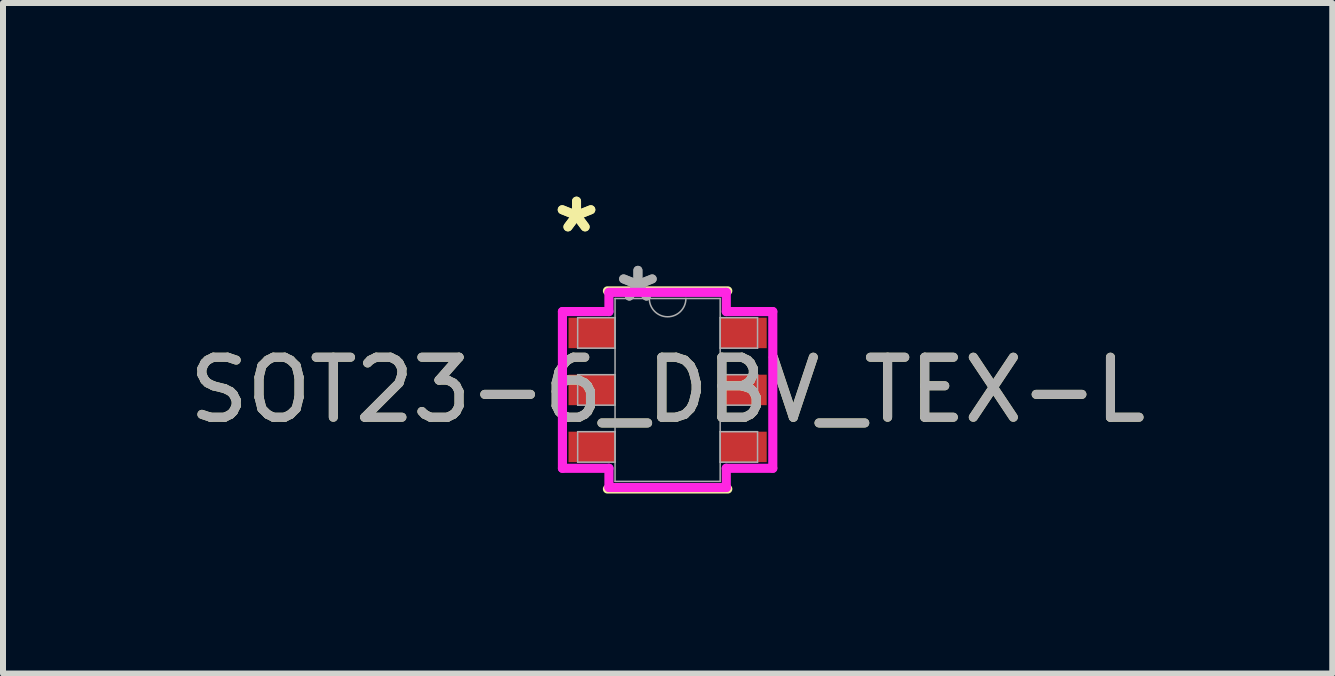
<source format=kicad_pcb>
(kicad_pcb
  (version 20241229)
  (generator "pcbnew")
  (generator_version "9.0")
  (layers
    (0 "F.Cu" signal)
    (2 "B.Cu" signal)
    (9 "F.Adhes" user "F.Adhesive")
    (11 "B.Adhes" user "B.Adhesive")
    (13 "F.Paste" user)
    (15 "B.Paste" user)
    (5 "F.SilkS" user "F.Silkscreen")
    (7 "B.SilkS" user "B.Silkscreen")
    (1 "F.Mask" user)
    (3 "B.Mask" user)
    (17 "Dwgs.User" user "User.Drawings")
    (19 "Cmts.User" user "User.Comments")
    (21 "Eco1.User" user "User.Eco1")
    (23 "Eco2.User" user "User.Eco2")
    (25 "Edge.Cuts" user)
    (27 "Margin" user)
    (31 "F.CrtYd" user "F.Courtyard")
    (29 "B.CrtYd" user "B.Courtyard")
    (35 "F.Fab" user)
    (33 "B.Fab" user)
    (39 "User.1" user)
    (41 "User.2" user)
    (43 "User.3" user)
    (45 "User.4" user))
  (footprint "SOT23-6_DBV_TEX-L"
    (layer "F.Cu")
    (at 8.077 3.449)
    (property "Reference" "SOT23-6_DBV_TEX-L" (at 0 0 0) (unlocked yes) (layer "F.SilkS") (effects (font (size 1 1) (thickness 0.15))))
    (attr smd)
    (fp_line (start -1.003 1.651) (end 1.003 1.651) (stroke (width 0.152) (type solid)) (layer "F.SilkS"))
    (fp_line (start 1.003 -1.651) (end -1.003 -1.651) (stroke (width 0.152) (type solid)) (layer "F.SilkS"))
    (fp_line (start -1.753 -1.306) (end -0.978 -1.306) (stroke (width 0.152) (type solid)) (layer "F.CrtYd"))
    (fp_line (start -1.753 1.306) (end -1.753 -1.306) (stroke (width 0.152) (type solid)) (layer "F.CrtYd"))
    (fp_line (start -1.753 1.306) (end -0.978 1.306) (stroke (width 0.152) (type solid)) (layer "F.CrtYd"))
    (fp_line (start -0.978 -1.626) (end 0.978 -1.626) (stroke (width 0.152) (type solid)) (layer "F.CrtYd"))
    (fp_line (start -0.978 -1.306) (end -0.978 -1.626) (stroke (width 0.152) (type solid)) (layer "F.CrtYd"))
    (fp_line (start -0.978 1.626) (end -0.978 1.306) (stroke (width 0.152) (type solid)) (layer "F.CrtYd"))
    (fp_line (start 0.978 -1.626) (end 0.978 -1.306) (stroke (width 0.152) (type solid)) (layer "F.CrtYd"))
    (fp_line (start 0.978 1.306) (end 0.978 1.626) (stroke (width 0.152) (type solid)) (layer "F.CrtYd"))
    (fp_line (start 0.978 1.626) (end -0.978 1.626) (stroke (width 0.152) (type solid)) (layer "F.CrtYd"))
    (fp_line (start 1.753 -1.306) (end 0.978 -1.306) (stroke (width 0.152) (type solid)) (layer "F.CrtYd"))
    (fp_line (start 1.753 -1.306) (end 1.753 1.306) (stroke (width 0.152) (type solid)) (layer "F.CrtYd"))
    (fp_line (start 1.753 1.306) (end 0.978 1.306) (stroke (width 0.152) (type solid)) (layer "F.CrtYd"))
    (fp_line (start -1.499 -1.204) (end -1.499 -0.696) (stroke (width 0.025) (type solid)) (layer "F.Fab"))
    (fp_line (start -1.499 -0.696) (end -0.876 -0.696) (stroke (width 0.025) (type solid)) (layer "F.Fab"))
    (fp_line (start -1.499 -0.254) (end -1.499 0.254) (stroke (width 0.025) (type solid)) (layer "F.Fab"))
    (fp_line (start -1.499 0.254) (end -0.876 0.254) (stroke (width 0.025) (type solid)) (layer "F.Fab"))
    (fp_line (start -1.499 0.696) (end -1.499 1.204) (stroke (width 0.025) (type solid)) (layer "F.Fab"))
    (fp_line (start -1.499 1.204) (end -0.876 1.204) (stroke (width 0.025) (type solid)) (layer "F.Fab"))
    (fp_line (start -0.876 -1.524) (end -0.876 1.524) (stroke (width 0.025) (type solid)) (layer "F.Fab"))
    (fp_line (start -0.876 -1.204) (end -1.499 -1.204) (stroke (width 0.025) (type solid)) (layer "F.Fab"))
    (fp_line (start -0.876 -0.696) (end -0.876 -1.204) (stroke (width 0.025) (type solid)) (layer "F.Fab"))
    (fp_line (start -0.876 -0.254) (end -1.499 -0.254) (stroke (width 0.025) (type solid)) (layer "F.Fab"))
    (fp_line (start -0.876 0.254) (end -0.876 -0.254) (stroke (width 0.025) (type solid)) (layer "F.Fab"))
    (fp_line (start -0.876 0.696) (end -1.499 0.696) (stroke (width 0.025) (type solid)) (layer "F.Fab"))
    (fp_line (start -0.876 1.204) (end -0.876 0.696) (stroke (width 0.025) (type solid)) (layer "F.Fab"))
    (fp_line (start -0.876 1.524) (end 0.876 1.524) (stroke (width 0.025) (type solid)) (layer "F.Fab"))
    (fp_line (start 0.876 -1.524) (end -0.876 -1.524) (stroke (width 0.025) (type solid)) (layer "F.Fab"))
    (fp_line (start 0.876 -1.204) (end 0.876 -0.696) (stroke (width 0.025) (type solid)) (layer "F.Fab"))
    (fp_line (start 0.876 -0.696) (end 1.499 -0.696) (stroke (width 0.025) (type solid)) (layer "F.Fab"))
    (fp_line (start 0.876 -0.254) (end 0.876 0.254) (stroke (width 0.025) (type solid)) (layer "F.Fab"))
    (fp_line (start 0.876 0.254) (end 1.499 0.254) (stroke (width 0.025) (type solid)) (layer "F.Fab"))
    (fp_line (start 0.876 0.696) (end 0.876 1.204) (stroke (width 0.025) (type solid)) (layer "F.Fab"))
    (fp_line (start 0.876 1.204) (end 1.499 1.204) (stroke (width 0.025) (type solid)) (layer "F.Fab"))
    (fp_line (start 0.876 1.524) (end 0.876 -1.524) (stroke (width 0.025) (type solid)) (layer "F.Fab"))
    (fp_line (start 1.499 -1.204) (end 0.876 -1.204) (stroke (width 0.025) (type solid)) (layer "F.Fab"))
    (fp_line (start 1.499 -0.696) (end 1.499 -1.204) (stroke (width 0.025) (type solid)) (layer "F.Fab"))
    (fp_line (start 1.499 -0.254) (end 0.876 -0.254) (stroke (width 0.025) (type solid)) (layer "F.Fab"))
    (fp_line (start 1.499 0.254) (end 1.499 -0.254) (stroke (width 0.025) (type solid)) (layer "F.Fab"))
    (fp_line (start 1.499 0.696) (end 0.876 0.696) (stroke (width 0.025) (type solid)) (layer "F.Fab"))
    (fp_line (start 1.499 1.204) (end 1.499 0.696) (stroke (width 0.025) (type solid)) (layer "F.Fab"))
    (fp_arc (start 0.3048 -1.524) (mid 0 -1.2192) (end -0.3048 -1.524) (stroke (width 0.0254) (type solid)) (layer "F.Fab"))
    (fp_text user "*" (at -1.518 -2.601 0) (unlocked yes) (layer "F.SilkS") (effects (font (size 1 1) (thickness 0.15))))
    (fp_text user "*" (at -1.518 -2.601 0) (layer "F.SilkS") (effects (font (size 1 1) (thickness 0.15))))
    (fp_text user "*" (at -0.495 -1.448 0) (unlocked yes) (layer "F.Fab") (effects (font (size 1 1) (thickness 0.15))))
    (fp_text user "${REFERENCE}" (at 0 0 0) (unlocked yes) (layer "F.Fab") (effects (font (size 1 1) (thickness 0.15))))
    (fp_text user "*" (at -0.495 -1.448 0) (layer "F.Fab") (effects (font (size 1 1) (thickness 0.15))))
    (pad "1" smd rect (at -1.264 -0.95) (size 0.775 0.508) (layers "F.Cu" "F.Mask" "F.Paste"))
    (pad "2" smd rect (at -1.264 0) (size 0.775 0.508) (layers "F.Cu" "F.Mask" "F.Paste"))
    (pad "3" smd rect (at -1.264 0.95) (size 0.775 0.508) (layers "F.Cu" "F.Mask" "F.Paste"))
    (pad "4" smd rect (at 1.264 0.95) (size 0.775 0.508) (layers "F.Cu" "F.Mask" "F.Paste"))
    (pad "5" smd rect (at 1.264 0) (size 0.775 0.508) (layers "F.Cu" "F.Mask" "F.Paste"))
    (pad "6" smd rect (at 1.264 -0.95) (size 0.775 0.508) (layers "F.Cu" "F.Mask" "F.Paste")))
  (gr_rect
    (start -3 -3)
    (end 19.155 8.176)
    (stroke (width 0.1) (type default))
    (fill no)
    (layer "Edge.Cuts")))
</source>
